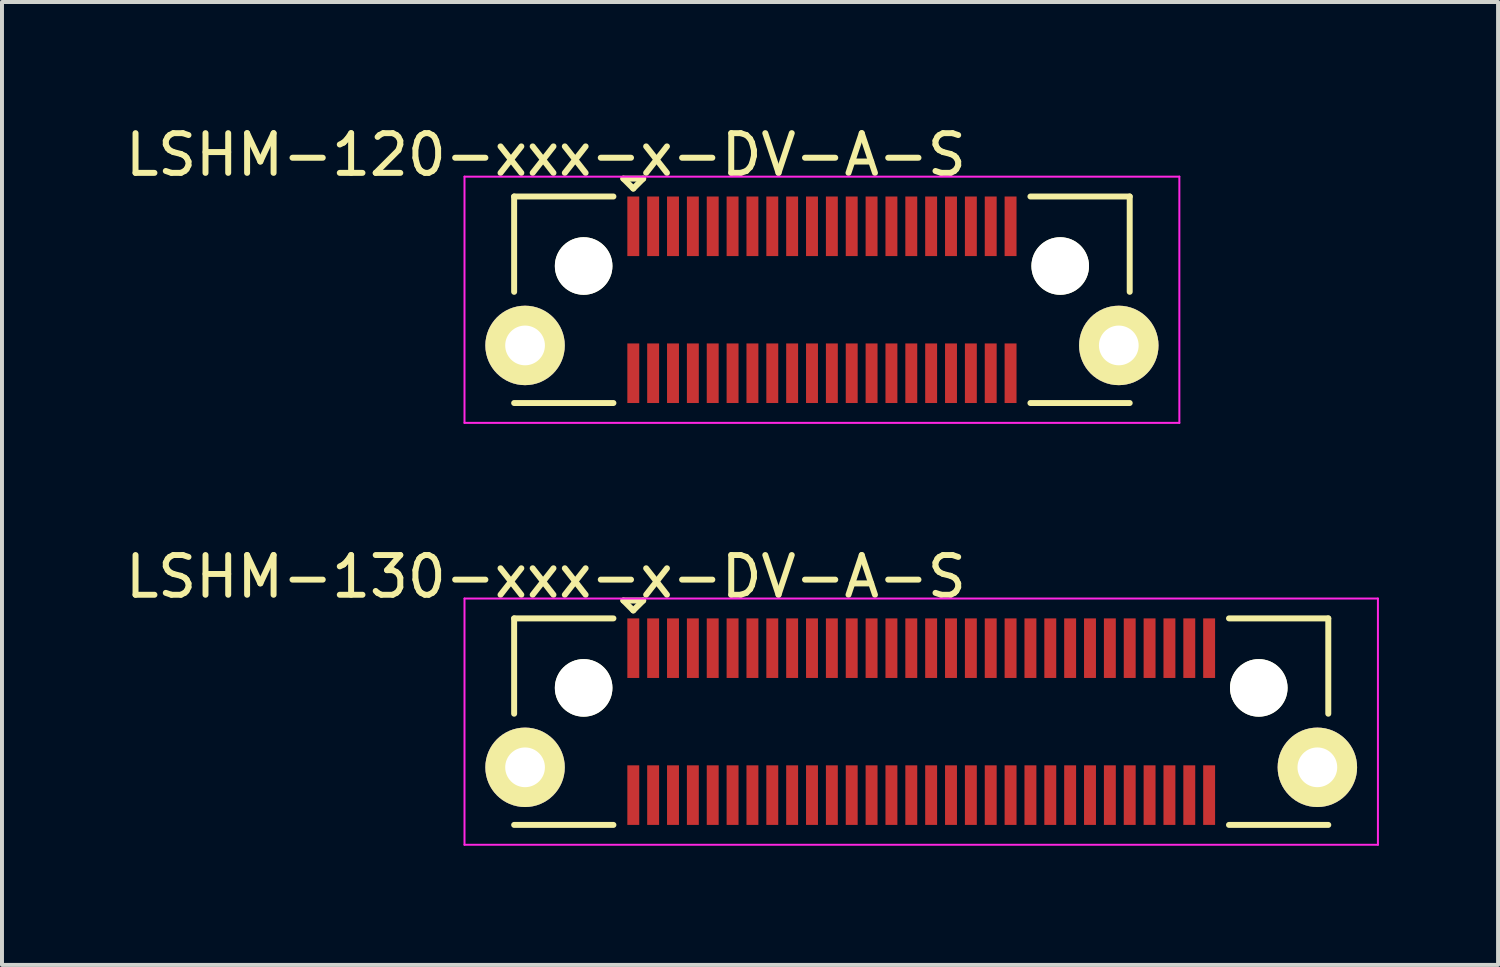
<source format=kicad_pcb>
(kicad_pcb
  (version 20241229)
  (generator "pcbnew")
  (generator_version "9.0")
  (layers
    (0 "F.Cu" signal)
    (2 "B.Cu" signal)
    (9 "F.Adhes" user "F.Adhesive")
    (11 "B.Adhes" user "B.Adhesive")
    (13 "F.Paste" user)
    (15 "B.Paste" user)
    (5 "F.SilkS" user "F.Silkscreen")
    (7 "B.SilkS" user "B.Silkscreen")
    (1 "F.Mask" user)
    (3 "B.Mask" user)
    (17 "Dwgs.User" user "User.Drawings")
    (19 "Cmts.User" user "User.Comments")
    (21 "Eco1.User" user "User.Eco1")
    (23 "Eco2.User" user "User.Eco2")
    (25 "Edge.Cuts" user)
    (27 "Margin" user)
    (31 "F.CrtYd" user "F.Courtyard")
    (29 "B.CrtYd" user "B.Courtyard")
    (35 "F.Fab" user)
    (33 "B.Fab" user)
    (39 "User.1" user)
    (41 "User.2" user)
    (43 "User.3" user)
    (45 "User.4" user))
  (footprint "LSHM-120-xxx-x-DV-A-S"
    (layer "F.Cu")
    (at 17.646 4.498)
    (property "Reference" "LSHM-120-xxx-x-DV-A-S" (at -6.95 -3.65 0) (layer "F.SilkS") (effects (font (size 1 1) (thickness 0.15))))
    (attr smd)
    (fp_line (start -7.75 -2.6) (end -5.25 -2.6) (stroke (width 0.15) (type solid)) (layer "F.SilkS"))
    (fp_line (start -7.75 -0.2) (end -7.75 -2.6) (stroke (width 0.15) (type solid)) (layer "F.SilkS"))
    (fp_line (start -7.75 2.6) (end -5.25 2.6) (stroke (width 0.15) (type solid)) (layer "F.SilkS"))
    (fp_line (start -5 -3.05) (end -4.75 -2.8) (stroke (width 0.15) (type solid)) (layer "F.SilkS"))
    (fp_line (start -4.75 -2.8) (end -4.5 -3.05) (stroke (width 0.15) (type solid)) (layer "F.SilkS"))
    (fp_line (start -4.5 -3.05) (end -5 -3.05) (stroke (width 0.15) (type solid)) (layer "F.SilkS"))
    (fp_line (start 7.75 -2.6) (end 5.25 -2.6) (stroke (width 0.15) (type solid)) (layer "F.SilkS"))
    (fp_line (start 7.75 -0.2) (end 7.75 -2.6) (stroke (width 0.15) (type solid)) (layer "F.SilkS"))
    (fp_line (start 7.75 2.6) (end 5.25 2.6) (stroke (width 0.15) (type solid)) (layer "F.SilkS"))
    (fp_line (start -9 -3.1) (end 9 -3.1) (stroke (width 0.05) (type solid)) (layer "F.CrtYd"))
    (fp_line (start -9 3.1) (end -9 -3.1) (stroke (width 0.05) (type solid)) (layer "F.CrtYd"))
    (fp_line (start -9 3.1) (end 9 3.1) (stroke (width 0.05) (type solid)) (layer "F.CrtYd"))
    (fp_line (start 9 3.1) (end 9 -3.1) (stroke (width 0.05) (type solid)) (layer "F.CrtYd"))
    (pad "" np_thru_hole circle (at -6 -0.85) (size 1.45 1.45) (drill 1.45) (layers "*.Cu" "*.Mask" "F.SilkS"))
    (pad "" np_thru_hole circle (at 6 -0.85) (size 1.45 1.45) (drill 1.45) (layers "*.Cu" "*.Mask" "F.SilkS"))
    (pad "1" smd rect (at -4.75 -1.85) (size 0.3 1.5) (layers "F.Cu" "F.Mask" "F.Paste"))
    (pad "2" smd rect (at -4.75 1.85) (size 0.3 1.5) (layers "F.Cu" "F.Mask" "F.Paste"))
    (pad "3" smd rect (at -4.25 -1.85) (size 0.3 1.5) (layers "F.Cu" "F.Mask" "F.Paste"))
    (pad "4" smd rect (at -4.25 1.85) (size 0.3 1.5) (layers "F.Cu" "F.Mask" "F.Paste"))
    (pad "5" smd rect (at -3.75 -1.85) (size 0.3 1.5) (layers "F.Cu" "F.Mask" "F.Paste"))
    (pad "6" smd rect (at -3.75 1.85) (size 0.3 1.5) (layers "F.Cu" "F.Mask" "F.Paste"))
    (pad "7" smd rect (at -3.25 -1.85) (size 0.3 1.5) (layers "F.Cu" "F.Mask" "F.Paste"))
    (pad "8" smd rect (at -3.25 1.85) (size 0.3 1.5) (layers "F.Cu" "F.Mask" "F.Paste"))
    (pad "9" smd rect (at -2.75 -1.85) (size 0.3 1.5) (layers "F.Cu" "F.Mask" "F.Paste"))
    (pad "10" smd rect (at -2.75 1.85) (size 0.3 1.5) (layers "F.Cu" "F.Mask" "F.Paste"))
    (pad "11" smd rect (at -2.25 -1.85) (size 0.3 1.5) (layers "F.Cu" "F.Mask" "F.Paste"))
    (pad "12" smd rect (at -2.25 1.85) (size 0.3 1.5) (layers "F.Cu" "F.Mask" "F.Paste"))
    (pad "13" smd rect (at -1.75 -1.85) (size 0.3 1.5) (layers "F.Cu" "F.Mask" "F.Paste"))
    (pad "14" smd rect (at -1.75 1.85) (size 0.3 1.5) (layers "F.Cu" "F.Mask" "F.Paste"))
    (pad "15" smd rect (at -1.25 -1.85) (size 0.3 1.5) (layers "F.Cu" "F.Mask" "F.Paste"))
    (pad "16" smd rect (at -1.25 1.85) (size 0.3 1.5) (layers "F.Cu" "F.Mask" "F.Paste"))
    (pad "17" smd rect (at -0.75 -1.85) (size 0.3 1.5) (layers "F.Cu" "F.Mask" "F.Paste"))
    (pad "18" smd rect (at -0.75 1.85) (size 0.3 1.5) (layers "F.Cu" "F.Mask" "F.Paste"))
    (pad "19" smd rect (at -0.25 -1.85) (size 0.3 1.5) (layers "F.Cu" "F.Mask" "F.Paste"))
    (pad "20" smd rect (at -0.25 1.85) (size 0.3 1.5) (layers "F.Cu" "F.Mask" "F.Paste"))
    (pad "21" smd rect (at 0.25 -1.85) (size 0.3 1.5) (layers "F.Cu" "F.Mask" "F.Paste"))
    (pad "22" smd rect (at 0.25 1.85) (size 0.3 1.5) (layers "F.Cu" "F.Mask" "F.Paste"))
    (pad "23" smd rect (at 0.75 -1.85) (size 0.3 1.5) (layers "F.Cu" "F.Mask" "F.Paste"))
    (pad "24" smd rect (at 0.75 1.85) (size 0.3 1.5) (layers "F.Cu" "F.Mask" "F.Paste"))
    (pad "25" smd rect (at 1.25 -1.85) (size 0.3 1.5) (layers "F.Cu" "F.Mask" "F.Paste"))
    (pad "26" smd rect (at 1.25 1.85) (size 0.3 1.5) (layers "F.Cu" "F.Mask" "F.Paste"))
    (pad "27" smd rect (at 1.75 -1.85) (size 0.3 1.5) (layers "F.Cu" "F.Mask" "F.Paste"))
    (pad "28" smd rect (at 1.75 1.85) (size 0.3 1.5) (layers "F.Cu" "F.Mask" "F.Paste"))
    (pad "29" smd rect (at 2.25 -1.85) (size 0.3 1.5) (layers "F.Cu" "F.Mask" "F.Paste"))
    (pad "30" smd rect (at 2.25 1.85) (size 0.3 1.5) (layers "F.Cu" "F.Mask" "F.Paste"))
    (pad "31" smd rect (at 2.75 -1.85) (size 0.3 1.5) (layers "F.Cu" "F.Mask" "F.Paste"))
    (pad "32" smd rect (at 2.75 1.85) (size 0.3 1.5) (layers "F.Cu" "F.Mask" "F.Paste"))
    (pad "33" smd rect (at 3.25 -1.85) (size 0.3 1.5) (layers "F.Cu" "F.Mask" "F.Paste"))
    (pad "34" smd rect (at 3.25 1.85) (size 0.3 1.5) (layers "F.Cu" "F.Mask" "F.Paste"))
    (pad "35" smd rect (at 3.75 -1.85) (size 0.3 1.5) (layers "F.Cu" "F.Mask" "F.Paste"))
    (pad "36" smd rect (at 3.75 1.85) (size 0.3 1.5) (layers "F.Cu" "F.Mask" "F.Paste"))
    (pad "37" smd rect (at 4.25 -1.85) (size 0.3 1.5) (layers "F.Cu" "F.Mask" "F.Paste"))
    (pad "38" smd rect (at 4.25 1.85) (size 0.3 1.5) (layers "F.Cu" "F.Mask" "F.Paste"))
    (pad "39" smd rect (at 4.75 -1.85) (size 0.3 1.5) (layers "F.Cu" "F.Mask" "F.Paste"))
    (pad "40" smd rect (at 4.75 1.85) (size 0.3 1.5) (layers "F.Cu" "F.Mask" "F.Paste"))
    (pad "41" thru_hole circle (at -7.475 1.15) (size 2 2) (drill 1) (layers "*.Cu" "*.Mask" "F.SilkS"))
    (pad "41" thru_hole circle (at 7.475 1.15) (size 2 2) (drill 1) (layers "*.Cu" "*.Mask" "F.SilkS")))
  (footprint "LSHM-130-xxx-x-DV-A-S"
    (layer "F.Cu")
    (at 20.146 15.121)
    (property "Reference" "LSHM-130-xxx-x-DV-A-S" (at -9.45 -3.65 0) (layer "F.SilkS") (effects (font (size 1 1) (thickness 0.15))))
    (attr smd)
    (fp_line (start -10.25 -2.6) (end -7.75 -2.6) (stroke (width 0.15) (type solid)) (layer "F.SilkS"))
    (fp_line (start -10.25 -0.2) (end -10.25 -2.6) (stroke (width 0.15) (type solid)) (layer "F.SilkS"))
    (fp_line (start -10.25 2.6) (end -7.75 2.6) (stroke (width 0.15) (type solid)) (layer "F.SilkS"))
    (fp_line (start -7.5 -3.05) (end -7.25 -2.8) (stroke (width 0.15) (type solid)) (layer "F.SilkS"))
    (fp_line (start -7.25 -2.8) (end -7 -3.05) (stroke (width 0.15) (type solid)) (layer "F.SilkS"))
    (fp_line (start -7 -3.05) (end -7.5 -3.05) (stroke (width 0.15) (type solid)) (layer "F.SilkS"))
    (fp_line (start 10.25 -2.6) (end 7.75 -2.6) (stroke (width 0.15) (type solid)) (layer "F.SilkS"))
    (fp_line (start 10.25 -0.2) (end 10.25 -2.6) (stroke (width 0.15) (type solid)) (layer "F.SilkS"))
    (fp_line (start 10.25 2.6) (end 7.75 2.6) (stroke (width 0.15) (type solid)) (layer "F.SilkS"))
    (fp_line (start -11.5 -3.1) (end 11.5 -3.1) (stroke (width 0.05) (type solid)) (layer "F.CrtYd"))
    (fp_line (start -11.5 3.1) (end -11.5 -3.1) (stroke (width 0.05) (type solid)) (layer "F.CrtYd"))
    (fp_line (start -11.5 3.1) (end 11.5 3.1) (stroke (width 0.05) (type solid)) (layer "F.CrtYd"))
    (fp_line (start 11.5 3.1) (end 11.5 -3.1) (stroke (width 0.05) (type solid)) (layer "F.CrtYd"))
    (pad "" np_thru_hole circle (at -8.5 -0.85) (size 1.45 1.45) (drill 1.45) (layers "*.Cu" "*.Mask" "F.SilkS"))
    (pad "" np_thru_hole circle (at 8.5 -0.85) (size 1.45 1.45) (drill 1.45) (layers "*.Cu" "*.Mask" "F.SilkS"))
    (pad "1" smd rect (at -7.25 -1.85) (size 0.3 1.5) (layers "F.Cu" "F.Mask" "F.Paste"))
    (pad "2" smd rect (at -7.25 1.85) (size 0.3 1.5) (layers "F.Cu" "F.Mask" "F.Paste"))
    (pad "3" smd rect (at -6.75 -1.85) (size 0.3 1.5) (layers "F.Cu" "F.Mask" "F.Paste"))
    (pad "4" smd rect (at -6.75 1.85) (size 0.3 1.5) (layers "F.Cu" "F.Mask" "F.Paste"))
    (pad "5" smd rect (at -6.25 -1.85) (size 0.3 1.5) (layers "F.Cu" "F.Mask" "F.Paste"))
    (pad "6" smd rect (at -6.25 1.85) (size 0.3 1.5) (layers "F.Cu" "F.Mask" "F.Paste"))
    (pad "7" smd rect (at -5.75 -1.85) (size 0.3 1.5) (layers "F.Cu" "F.Mask" "F.Paste"))
    (pad "8" smd rect (at -5.75 1.85) (size 0.3 1.5) (layers "F.Cu" "F.Mask" "F.Paste"))
    (pad "9" smd rect (at -5.25 -1.85) (size 0.3 1.5) (layers "F.Cu" "F.Mask" "F.Paste"))
    (pad "10" smd rect (at -5.25 1.85) (size 0.3 1.5) (layers "F.Cu" "F.Mask" "F.Paste"))
    (pad "11" smd rect (at -4.75 -1.85) (size 0.3 1.5) (layers "F.Cu" "F.Mask" "F.Paste"))
    (pad "12" smd rect (at -4.75 1.85) (size 0.3 1.5) (layers "F.Cu" "F.Mask" "F.Paste"))
    (pad "13" smd rect (at -4.25 -1.85) (size 0.3 1.5) (layers "F.Cu" "F.Mask" "F.Paste"))
    (pad "14" smd rect (at -4.25 1.85) (size 0.3 1.5) (layers "F.Cu" "F.Mask" "F.Paste"))
    (pad "15" smd rect (at -3.75 -1.85) (size 0.3 1.5) (layers "F.Cu" "F.Mask" "F.Paste"))
    (pad "16" smd rect (at -3.75 1.85) (size 0.3 1.5) (layers "F.Cu" "F.Mask" "F.Paste"))
    (pad "17" smd rect (at -3.25 -1.85) (size 0.3 1.5) (layers "F.Cu" "F.Mask" "F.Paste"))
    (pad "18" smd rect (at -3.25 1.85) (size 0.3 1.5) (layers "F.Cu" "F.Mask" "F.Paste"))
    (pad "19" smd rect (at -2.75 -1.85) (size 0.3 1.5) (layers "F.Cu" "F.Mask" "F.Paste"))
    (pad "20" smd rect (at -2.75 1.85) (size 0.3 1.5) (layers "F.Cu" "F.Mask" "F.Paste"))
    (pad "21" smd rect (at -2.25 -1.85) (size 0.3 1.5) (layers "F.Cu" "F.Mask" "F.Paste"))
    (pad "22" smd rect (at -2.25 1.85) (size 0.3 1.5) (layers "F.Cu" "F.Mask" "F.Paste"))
    (pad "23" smd rect (at -1.75 -1.85) (size 0.3 1.5) (layers "F.Cu" "F.Mask" "F.Paste"))
    (pad "24" smd rect (at -1.75 1.85) (size 0.3 1.5) (layers "F.Cu" "F.Mask" "F.Paste"))
    (pad "25" smd rect (at -1.25 -1.85) (size 0.3 1.5) (layers "F.Cu" "F.Mask" "F.Paste"))
    (pad "26" smd rect (at -1.25 1.85) (size 0.3 1.5) (layers "F.Cu" "F.Mask" "F.Paste"))
    (pad "27" smd rect (at -0.75 -1.85) (size 0.3 1.5) (layers "F.Cu" "F.Mask" "F.Paste"))
    (pad "28" smd rect (at -0.75 1.85) (size 0.3 1.5) (layers "F.Cu" "F.Mask" "F.Paste"))
    (pad "29" smd rect (at -0.25 -1.85) (size 0.3 1.5) (layers "F.Cu" "F.Mask" "F.Paste"))
    (pad "30" smd rect (at -0.25 1.85) (size 0.3 1.5) (layers "F.Cu" "F.Mask" "F.Paste"))
    (pad "31" smd rect (at 0.25 -1.85) (size 0.3 1.5) (layers "F.Cu" "F.Mask" "F.Paste"))
    (pad "32" smd rect (at 0.25 1.85) (size 0.3 1.5) (layers "F.Cu" "F.Mask" "F.Paste"))
    (pad "33" smd rect (at 0.75 -1.85) (size 0.3 1.5) (layers "F.Cu" "F.Mask" "F.Paste"))
    (pad "34" smd rect (at 0.75 1.85) (size 0.3 1.5) (layers "F.Cu" "F.Mask" "F.Paste"))
    (pad "35" smd rect (at 1.25 -1.85) (size 0.3 1.5) (layers "F.Cu" "F.Mask" "F.Paste"))
    (pad "36" smd rect (at 1.25 1.85) (size 0.3 1.5) (layers "F.Cu" "F.Mask" "F.Paste"))
    (pad "37" smd rect (at 1.75 -1.85) (size 0.3 1.5) (layers "F.Cu" "F.Mask" "F.Paste"))
    (pad "38" smd rect (at 1.75 1.85) (size 0.3 1.5) (layers "F.Cu" "F.Mask" "F.Paste"))
    (pad "39" smd rect (at 2.25 -1.85) (size 0.3 1.5) (layers "F.Cu" "F.Mask" "F.Paste"))
    (pad "40" smd rect (at 2.25 1.85) (size 0.3 1.5) (layers "F.Cu" "F.Mask" "F.Paste"))
    (pad "41" smd rect (at 2.75 -1.85) (size 0.3 1.5) (layers "F.Cu" "F.Mask" "F.Paste"))
    (pad "42" smd rect (at 2.75 1.85) (size 0.3 1.5) (layers "F.Cu" "F.Mask" "F.Paste"))
    (pad "43" smd rect (at 3.25 -1.85) (size 0.3 1.5) (layers "F.Cu" "F.Mask" "F.Paste"))
    (pad "44" smd rect (at 3.25 1.85) (size 0.3 1.5) (layers "F.Cu" "F.Mask" "F.Paste"))
    (pad "45" smd rect (at 3.75 -1.85) (size 0.3 1.5) (layers "F.Cu" "F.Mask" "F.Paste"))
    (pad "46" smd rect (at 3.75 1.85) (size 0.3 1.5) (layers "F.Cu" "F.Mask" "F.Paste"))
    (pad "47" smd rect (at 4.25 -1.85) (size 0.3 1.5) (layers "F.Cu" "F.Mask" "F.Paste"))
    (pad "48" smd rect (at 4.25 1.85) (size 0.3 1.5) (layers "F.Cu" "F.Mask" "F.Paste"))
    (pad "49" smd rect (at 4.75 -1.85) (size 0.3 1.5) (layers "F.Cu" "F.Mask" "F.Paste"))
    (pad "50" smd rect (at 4.75 1.85) (size 0.3 1.5) (layers "F.Cu" "F.Mask" "F.Paste"))
    (pad "51" smd rect (at 5.25 -1.85) (size 0.3 1.5) (layers "F.Cu" "F.Mask" "F.Paste"))
    (pad "52" smd rect (at 5.25 1.85) (size 0.3 1.5) (layers "F.Cu" "F.Mask" "F.Paste"))
    (pad "53" smd rect (at 5.75 -1.85) (size 0.3 1.5) (layers "F.Cu" "F.Mask" "F.Paste"))
    (pad "54" smd rect (at 5.75 1.85) (size 0.3 1.5) (layers "F.Cu" "F.Mask" "F.Paste"))
    (pad "55" smd rect (at 6.25 -1.85) (size 0.3 1.5) (layers "F.Cu" "F.Mask" "F.Paste"))
    (pad "56" smd rect (at 6.25 1.85) (size 0.3 1.5) (layers "F.Cu" "F.Mask" "F.Paste"))
    (pad "57" smd rect (at 6.75 -1.85) (size 0.3 1.5) (layers "F.Cu" "F.Mask" "F.Paste"))
    (pad "58" smd rect (at 6.75 1.85) (size 0.3 1.5) (layers "F.Cu" "F.Mask" "F.Paste"))
    (pad "59" smd rect (at 7.25 -1.85) (size 0.3 1.5) (layers "F.Cu" "F.Mask" "F.Paste"))
    (pad "60" smd rect (at 7.25 1.85) (size 0.3 1.5) (layers "F.Cu" "F.Mask" "F.Paste"))
    (pad "61" thru_hole circle (at -9.975 1.15) (size 2 2) (drill 1) (layers "*.Cu" "*.Mask" "F.SilkS"))
    (pad "61" thru_hole circle (at 9.975 1.15) (size 2 2) (drill 1) (layers "*.Cu" "*.Mask" "F.SilkS")))
  (gr_rect
    (start -3 -3)
    (end 34.671 21.247)
    (stroke (width 0.1) (type default))
    (fill no)
    (layer "Edge.Cuts")))
</source>
